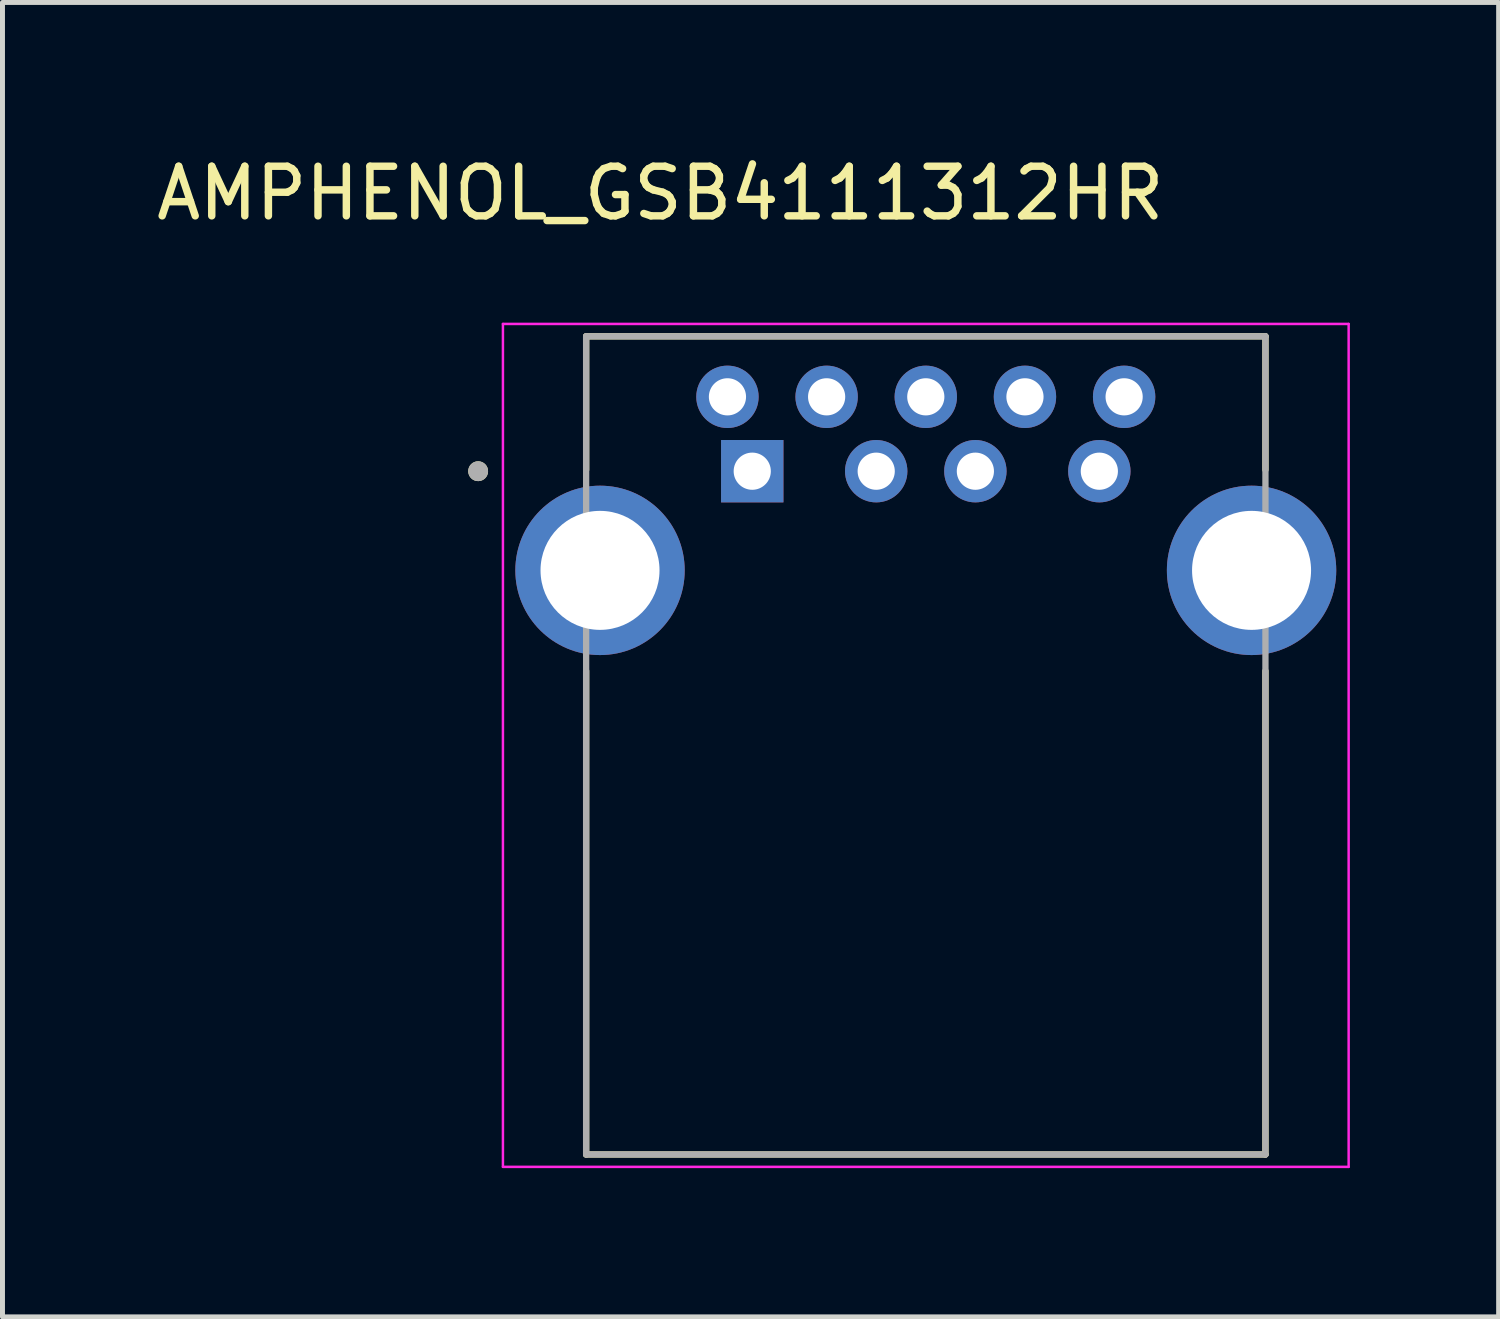
<source format=kicad_pcb>
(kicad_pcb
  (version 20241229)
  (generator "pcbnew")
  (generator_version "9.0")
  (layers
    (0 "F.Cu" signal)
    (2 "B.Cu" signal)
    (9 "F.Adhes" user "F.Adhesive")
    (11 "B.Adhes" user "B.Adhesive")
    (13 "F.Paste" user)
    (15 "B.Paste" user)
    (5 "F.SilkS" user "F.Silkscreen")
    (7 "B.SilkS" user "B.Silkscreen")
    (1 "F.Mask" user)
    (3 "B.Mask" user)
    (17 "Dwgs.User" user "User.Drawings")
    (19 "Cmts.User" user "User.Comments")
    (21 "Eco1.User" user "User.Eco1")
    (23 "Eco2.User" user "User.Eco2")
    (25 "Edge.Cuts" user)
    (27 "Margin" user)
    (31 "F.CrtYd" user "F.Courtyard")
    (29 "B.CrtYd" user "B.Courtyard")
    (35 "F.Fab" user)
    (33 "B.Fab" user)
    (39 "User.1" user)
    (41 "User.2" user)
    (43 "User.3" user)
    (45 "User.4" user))
  (footprint "AMPHENOL_GSB4111312HR"
    (layer "F.Cu")
    (at 15.621 8.453)
    (property "Reference" "AMPHENOL_GSB4111312HR" (at -5.353 -7.605 0) (layer "F.SilkS") (effects (font (size 1 1) (thickness 0.15))))
    (attr through_hole)
    (fp_line (start -6.85 -4.72) (end -6.85 -2.028) (stroke (width 0.127) (type solid)) (layer "F.SilkS"))
    (fp_line (start -6.85 11.78) (end -6.85 2.028) (stroke (width 0.127) (type solid)) (layer "F.SilkS"))
    (fp_line (start -6.85 11.78) (end 6.85 11.78) (stroke (width 0.127) (type solid)) (layer "F.SilkS"))
    (fp_line (start 6.85 -4.72) (end -6.85 -4.72) (stroke (width 0.127) (type solid)) (layer "F.SilkS"))
    (fp_line (start 6.85 -2.028) (end 6.85 -4.72) (stroke (width 0.127) (type solid)) (layer "F.SilkS"))
    (fp_line (start 6.85 11.78) (end 6.85 2.028) (stroke (width 0.127) (type solid)) (layer "F.SilkS"))
    (fp_circle (center -9.028 -2) (end -8.928 -2) (stroke (width 0.2) (type solid)) (fill no) (layer "F.SilkS"))
    (fp_line (start -8.528 -4.97) (end -8.528 12.03) (stroke (width 0.05) (type solid)) (layer "F.CrtYd"))
    (fp_line (start -8.528 12.03) (end 8.528 12.03) (stroke (width 0.05) (type solid)) (layer "F.CrtYd"))
    (fp_line (start 8.528 -4.97) (end -8.528 -4.97) (stroke (width 0.05) (type solid)) (layer "F.CrtYd"))
    (fp_line (start 8.528 12.03) (end 8.528 -4.97) (stroke (width 0.05) (type solid)) (layer "F.CrtYd"))
    (fp_line (start -6.85 -4.72) (end -6.85 11.78) (stroke (width 0.127) (type solid)) (layer "F.Fab"))
    (fp_line (start -6.85 11.78) (end 6.85 11.78) (stroke (width 0.127) (type solid)) (layer "F.Fab"))
    (fp_line (start 6.85 -4.72) (end -6.85 -4.72) (stroke (width 0.127) (type solid)) (layer "F.Fab"))
    (fp_line (start 6.85 11.78) (end 6.85 -4.72) (stroke (width 0.127) (type solid)) (layer "F.Fab"))
    (fp_circle (center -9.028 -2) (end -8.928 -2) (stroke (width 0.2) (type solid)) (fill no) (layer "F.Fab"))
    (pad "1" thru_hole rect (at -3.5 -2) (size 1.258 1.258) (drill 0.75) (layers "*.Cu" "*.Mask"))
    (pad "2" thru_hole circle (at -1 -2) (size 1.258 1.258) (drill 0.75) (layers "*.Cu" "*.Mask"))
    (pad "3" thru_hole circle (at 1 -2) (size 1.258 1.258) (drill 0.75) (layers "*.Cu" "*.Mask"))
    (pad "4" thru_hole circle (at 3.5 -2) (size 1.258 1.258) (drill 0.75) (layers "*.Cu" "*.Mask"))
    (pad "5" thru_hole circle (at 4 -3.5) (size 1.258 1.258) (drill 0.75) (layers "*.Cu" "*.Mask"))
    (pad "6" thru_hole circle (at 2 -3.5) (size 1.258 1.258) (drill 0.75) (layers "*.Cu" "*.Mask"))
    (pad "7" thru_hole circle (at 0 -3.5) (size 1.258 1.258) (drill 0.75) (layers "*.Cu" "*.Mask"))
    (pad "8" thru_hole circle (at -2 -3.5) (size 1.258 1.258) (drill 0.75) (layers "*.Cu" "*.Mask"))
    (pad "9" thru_hole circle (at -4 -3.5) (size 1.258 1.258) (drill 0.75) (layers "*.Cu" "*.Mask"))
    (pad "SH1" thru_hole circle (at -6.57 0) (size 3.416 3.416) (drill 2.4) (layers "*.Cu" "*.Mask"))
    (pad "SH2" thru_hole circle (at 6.57 0) (size 3.416 3.416) (drill 2.4) (layers "*.Cu" "*.Mask")))
  (gr_rect
    (start -3 -3)
    (end 27.174 23.508)
    (stroke (width 0.1) (type default))
    (fill no)
    (layer "Edge.Cuts")))
</source>
